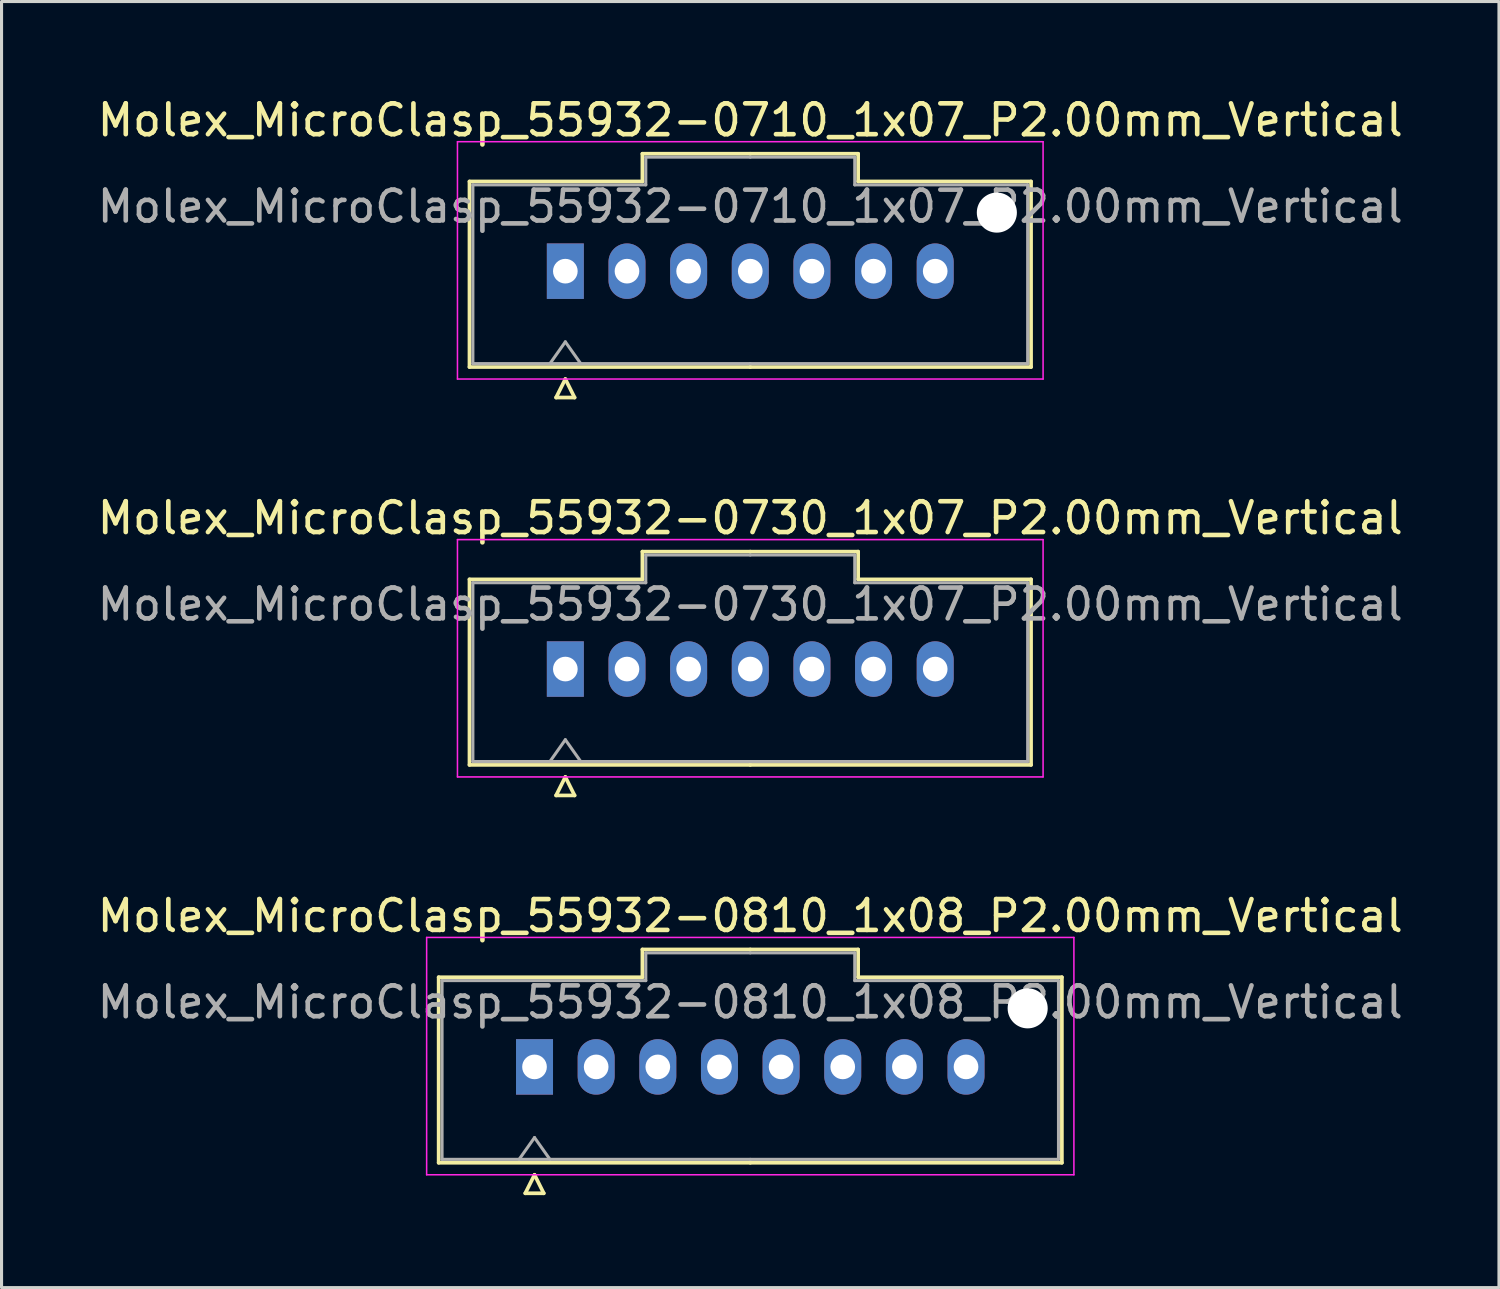
<source format=kicad_pcb>
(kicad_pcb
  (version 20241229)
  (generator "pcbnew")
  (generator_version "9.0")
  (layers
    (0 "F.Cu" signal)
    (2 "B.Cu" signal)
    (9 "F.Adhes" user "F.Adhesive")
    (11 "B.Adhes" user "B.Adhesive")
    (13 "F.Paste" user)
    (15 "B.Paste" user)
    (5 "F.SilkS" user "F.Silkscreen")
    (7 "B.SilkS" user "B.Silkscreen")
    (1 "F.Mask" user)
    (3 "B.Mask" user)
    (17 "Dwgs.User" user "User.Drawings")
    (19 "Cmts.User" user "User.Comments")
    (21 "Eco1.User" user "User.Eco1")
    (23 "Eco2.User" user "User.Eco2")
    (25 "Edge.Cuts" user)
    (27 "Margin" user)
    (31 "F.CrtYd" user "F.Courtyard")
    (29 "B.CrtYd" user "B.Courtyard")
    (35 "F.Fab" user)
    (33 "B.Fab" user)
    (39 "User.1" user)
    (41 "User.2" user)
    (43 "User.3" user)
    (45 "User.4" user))
  (footprint "Molex_MicroClasp_55932-0730_1x07_P2.00mm_Vertical"
    (layer "F.Cu")
    (at 15.292 18.657)
    (property "Reference" "Molex_MicroClasp_55932-0730_1x07_P2.00mm_Vertical" (at 6 -4.9 0) (layer "F.SilkS") (effects (font (size 1 1) (thickness 0.15))))
    (attr through_hole)
    (fp_line (start -3.11 -2.91) (end -3.11 3.11) (stroke (width 0.12) (type solid)) (layer "F.SilkS"))
    (fp_line (start -3.11 3.11) (end 6 3.11) (stroke (width 0.12) (type solid)) (layer "F.SilkS"))
    (fp_line (start -0.3 4.1) (end 0.3 4.1) (stroke (width 0.12) (type solid)) (layer "F.SilkS"))
    (fp_line (start 0 3.5) (end -0.3 4.1) (stroke (width 0.12) (type solid)) (layer "F.SilkS"))
    (fp_line (start 0.3 4.1) (end 0 3.5) (stroke (width 0.12) (type solid)) (layer "F.SilkS"))
    (fp_line (start 2.5 -3.81) (end 2.5 -2.91) (stroke (width 0.12) (type solid)) (layer "F.SilkS"))
    (fp_line (start 2.5 -2.91) (end -3.11 -2.91) (stroke (width 0.12) (type solid)) (layer "F.SilkS"))
    (fp_line (start 6 -3.81) (end 2.5 -3.81) (stroke (width 0.12) (type solid)) (layer "F.SilkS"))
    (fp_line (start 6 -3.81) (end 9.5 -3.81) (stroke (width 0.12) (type solid)) (layer "F.SilkS"))
    (fp_line (start 9.5 -3.81) (end 9.5 -2.91) (stroke (width 0.12) (type solid)) (layer "F.SilkS"))
    (fp_line (start 9.5 -2.91) (end 15.11 -2.91) (stroke (width 0.12) (type solid)) (layer "F.SilkS"))
    (fp_line (start 15.11 -2.91) (end 15.11 3.11) (stroke (width 0.12) (type solid)) (layer "F.SilkS"))
    (fp_line (start 15.11 3.11) (end 6 3.11) (stroke (width 0.12) (type solid)) (layer "F.SilkS"))
    (fp_line (start -3.5 -4.2) (end -3.5 3.5) (stroke (width 0.05) (type solid)) (layer "F.CrtYd"))
    (fp_line (start -3.5 3.5) (end 15.5 3.5) (stroke (width 0.05) (type solid)) (layer "F.CrtYd"))
    (fp_line (start 15.5 -4.2) (end -3.5 -4.2) (stroke (width 0.05) (type solid)) (layer "F.CrtYd"))
    (fp_line (start 15.5 3.5) (end 15.5 -4.2) (stroke (width 0.05) (type solid)) (layer "F.CrtYd"))
    (fp_line (start -3 -2.8) (end -3 3) (stroke (width 0.1) (type solid)) (layer "F.Fab"))
    (fp_line (start -3 3) (end 6 3) (stroke (width 0.1) (type solid)) (layer "F.Fab"))
    (fp_line (start -0.5 3) (end 0 2.293) (stroke (width 0.1) (type solid)) (layer "F.Fab"))
    (fp_line (start 0 2.293) (end 0.5 3) (stroke (width 0.1) (type solid)) (layer "F.Fab"))
    (fp_line (start 2.61 -3.7) (end 2.61 -2.8) (stroke (width 0.1) (type solid)) (layer "F.Fab"))
    (fp_line (start 2.61 -2.8) (end -3 -2.8) (stroke (width 0.1) (type solid)) (layer "F.Fab"))
    (fp_line (start 6 -3.7) (end 2.61 -3.7) (stroke (width 0.1) (type solid)) (layer "F.Fab"))
    (fp_line (start 6 -3.7) (end 9.39 -3.7) (stroke (width 0.1) (type solid)) (layer "F.Fab"))
    (fp_line (start 9.39 -3.7) (end 9.39 -2.8) (stroke (width 0.1) (type solid)) (layer "F.Fab"))
    (fp_line (start 9.39 -2.8) (end 15 -2.8) (stroke (width 0.1) (type solid)) (layer "F.Fab"))
    (fp_line (start 15 -2.8) (end 15 3) (stroke (width 0.1) (type solid)) (layer "F.Fab"))
    (fp_line (start 15 3) (end 6 3) (stroke (width 0.1) (type solid)) (layer "F.Fab"))
    (fp_text user "${REFERENCE}" (at 6 -2.1 0) (layer "F.Fab") (effects (font (size 1 1) (thickness 0.15))))
    (pad "1" thru_hole rect (at 0 0) (size 1.2 1.8) (drill 0.8) (layers "*.Cu" "*.Mask"))
    (pad "2" thru_hole oval (at 2 0) (size 1.2 1.8) (drill 0.8) (layers "*.Cu" "*.Mask"))
    (pad "3" thru_hole oval (at 4 0) (size 1.2 1.8) (drill 0.8) (layers "*.Cu" "*.Mask"))
    (pad "4" thru_hole oval (at 6 0) (size 1.2 1.8) (drill 0.8) (layers "*.Cu" "*.Mask"))
    (pad "5" thru_hole oval (at 8 0) (size 1.2 1.8) (drill 0.8) (layers "*.Cu" "*.Mask"))
    (pad "6" thru_hole oval (at 10 0) (size 1.2 1.8) (drill 0.8) (layers "*.Cu" "*.Mask"))
    (pad "7" thru_hole oval (at 12 0) (size 1.2 1.8) (drill 0.8) (layers "*.Cu" "*.Mask")))
  (footprint "Molex_MicroClasp_55932-0810_1x08_P2.00mm_Vertical"
    (layer "F.Cu")
    (at 14.292 31.565)
    (property "Reference" "Molex_MicroClasp_55932-0810_1x08_P2.00mm_Vertical" (at 7 -4.9 0) (layer "F.SilkS") (effects (font (size 1 1) (thickness 0.15))))
    (attr through_hole)
    (fp_line (start -3.11 -2.91) (end -3.11 3.11) (stroke (width 0.12) (type solid)) (layer "F.SilkS"))
    (fp_line (start -3.11 3.11) (end 7 3.11) (stroke (width 0.12) (type solid)) (layer "F.SilkS"))
    (fp_line (start -0.3 4.1) (end 0.3 4.1) (stroke (width 0.12) (type solid)) (layer "F.SilkS"))
    (fp_line (start 0 3.5) (end -0.3 4.1) (stroke (width 0.12) (type solid)) (layer "F.SilkS"))
    (fp_line (start 0.3 4.1) (end 0 3.5) (stroke (width 0.12) (type solid)) (layer "F.SilkS"))
    (fp_line (start 3.5 -3.81) (end 3.5 -2.91) (stroke (width 0.12) (type solid)) (layer "F.SilkS"))
    (fp_line (start 3.5 -2.91) (end -3.11 -2.91) (stroke (width 0.12) (type solid)) (layer "F.SilkS"))
    (fp_line (start 7 -3.81) (end 3.5 -3.81) (stroke (width 0.12) (type solid)) (layer "F.SilkS"))
    (fp_line (start 7 -3.81) (end 10.5 -3.81) (stroke (width 0.12) (type solid)) (layer "F.SilkS"))
    (fp_line (start 10.5 -3.81) (end 10.5 -2.91) (stroke (width 0.12) (type solid)) (layer "F.SilkS"))
    (fp_line (start 10.5 -2.91) (end 17.11 -2.91) (stroke (width 0.12) (type solid)) (layer "F.SilkS"))
    (fp_line (start 17.11 -2.91) (end 17.11 3.11) (stroke (width 0.12) (type solid)) (layer "F.SilkS"))
    (fp_line (start 17.11 3.11) (end 7 3.11) (stroke (width 0.12) (type solid)) (layer "F.SilkS"))
    (fp_line (start -3.5 -4.2) (end -3.5 3.5) (stroke (width 0.05) (type solid)) (layer "F.CrtYd"))
    (fp_line (start -3.5 3.5) (end 17.5 3.5) (stroke (width 0.05) (type solid)) (layer "F.CrtYd"))
    (fp_line (start 17.5 -4.2) (end -3.5 -4.2) (stroke (width 0.05) (type solid)) (layer "F.CrtYd"))
    (fp_line (start 17.5 3.5) (end 17.5 -4.2) (stroke (width 0.05) (type solid)) (layer "F.CrtYd"))
    (fp_line (start -3 -2.8) (end -3 3) (stroke (width 0.1) (type solid)) (layer "F.Fab"))
    (fp_line (start -3 3) (end 7 3) (stroke (width 0.1) (type solid)) (layer "F.Fab"))
    (fp_line (start -0.5 3) (end 0 2.293) (stroke (width 0.1) (type solid)) (layer "F.Fab"))
    (fp_line (start 0 2.293) (end 0.5 3) (stroke (width 0.1) (type solid)) (layer "F.Fab"))
    (fp_line (start 3.61 -3.7) (end 3.61 -2.8) (stroke (width 0.1) (type solid)) (layer "F.Fab"))
    (fp_line (start 3.61 -2.8) (end -3 -2.8) (stroke (width 0.1) (type solid)) (layer "F.Fab"))
    (fp_line (start 7 -3.7) (end 3.61 -3.7) (stroke (width 0.1) (type solid)) (layer "F.Fab"))
    (fp_line (start 7 -3.7) (end 10.39 -3.7) (stroke (width 0.1) (type solid)) (layer "F.Fab"))
    (fp_line (start 10.39 -3.7) (end 10.39 -2.8) (stroke (width 0.1) (type solid)) (layer "F.Fab"))
    (fp_line (start 10.39 -2.8) (end 17 -2.8) (stroke (width 0.1) (type solid)) (layer "F.Fab"))
    (fp_line (start 17 -2.8) (end 17 3) (stroke (width 0.1) (type solid)) (layer "F.Fab"))
    (fp_line (start 17 3) (end 7 3) (stroke (width 0.1) (type solid)) (layer "F.Fab"))
    (fp_text user "${REFERENCE}" (at 7 -2.1 0) (layer "F.Fab") (effects (font (size 1 1) (thickness 0.15))))
    (pad "" np_thru_hole circle (at 16 -1.9) (size 1.3 1.3) (drill 1.3) (layers "*.Cu" "*.Mask"))
    (pad "1" thru_hole rect (at 0 0) (size 1.2 1.8) (drill 0.8) (layers "*.Cu" "*.Mask"))
    (pad "2" thru_hole oval (at 2 0) (size 1.2 1.8) (drill 0.8) (layers "*.Cu" "*.Mask"))
    (pad "3" thru_hole oval (at 4 0) (size 1.2 1.8) (drill 0.8) (layers "*.Cu" "*.Mask"))
    (pad "4" thru_hole oval (at 6 0) (size 1.2 1.8) (drill 0.8) (layers "*.Cu" "*.Mask"))
    (pad "5" thru_hole oval (at 8 0) (size 1.2 1.8) (drill 0.8) (layers "*.Cu" "*.Mask"))
    (pad "6" thru_hole oval (at 10 0) (size 1.2 1.8) (drill 0.8) (layers "*.Cu" "*.Mask"))
    (pad "7" thru_hole oval (at 12 0) (size 1.2 1.8) (drill 0.8) (layers "*.Cu" "*.Mask"))
    (pad "8" thru_hole oval (at 14 0) (size 1.2 1.8) (drill 0.8) (layers "*.Cu" "*.Mask")))
  (footprint "Molex_MicroClasp_55932-0710_1x07_P2.00mm_Vertical"
    (layer "F.Cu")
    (at 15.292 5.748)
    (property "Reference" "Molex_MicroClasp_55932-0710_1x07_P2.00mm_Vertical" (at 6 -4.9 0) (layer "F.SilkS") (effects (font (size 1 1) (thickness 0.15))))
    (attr through_hole)
    (fp_line (start -3.11 -2.91) (end -3.11 3.11) (stroke (width 0.12) (type solid)) (layer "F.SilkS"))
    (fp_line (start -3.11 3.11) (end 6 3.11) (stroke (width 0.12) (type solid)) (layer "F.SilkS"))
    (fp_line (start -0.3 4.1) (end 0.3 4.1) (stroke (width 0.12) (type solid)) (layer "F.SilkS"))
    (fp_line (start 0 3.5) (end -0.3 4.1) (stroke (width 0.12) (type solid)) (layer "F.SilkS"))
    (fp_line (start 0.3 4.1) (end 0 3.5) (stroke (width 0.12) (type solid)) (layer "F.SilkS"))
    (fp_line (start 2.5 -3.81) (end 2.5 -2.91) (stroke (width 0.12) (type solid)) (layer "F.SilkS"))
    (fp_line (start 2.5 -2.91) (end -3.11 -2.91) (stroke (width 0.12) (type solid)) (layer "F.SilkS"))
    (fp_line (start 6 -3.81) (end 2.5 -3.81) (stroke (width 0.12) (type solid)) (layer "F.SilkS"))
    (fp_line (start 6 -3.81) (end 9.5 -3.81) (stroke (width 0.12) (type solid)) (layer "F.SilkS"))
    (fp_line (start 9.5 -3.81) (end 9.5 -2.91) (stroke (width 0.12) (type solid)) (layer "F.SilkS"))
    (fp_line (start 9.5 -2.91) (end 15.11 -2.91) (stroke (width 0.12) (type solid)) (layer "F.SilkS"))
    (fp_line (start 15.11 -2.91) (end 15.11 3.11) (stroke (width 0.12) (type solid)) (layer "F.SilkS"))
    (fp_line (start 15.11 3.11) (end 6 3.11) (stroke (width 0.12) (type solid)) (layer "F.SilkS"))
    (fp_line (start -3.5 -4.2) (end -3.5 3.5) (stroke (width 0.05) (type solid)) (layer "F.CrtYd"))
    (fp_line (start -3.5 3.5) (end 15.5 3.5) (stroke (width 0.05) (type solid)) (layer "F.CrtYd"))
    (fp_line (start 15.5 -4.2) (end -3.5 -4.2) (stroke (width 0.05) (type solid)) (layer "F.CrtYd"))
    (fp_line (start 15.5 3.5) (end 15.5 -4.2) (stroke (width 0.05) (type solid)) (layer "F.CrtYd"))
    (fp_line (start -3 -2.8) (end -3 3) (stroke (width 0.1) (type solid)) (layer "F.Fab"))
    (fp_line (start -3 3) (end 6 3) (stroke (width 0.1) (type solid)) (layer "F.Fab"))
    (fp_line (start -0.5 3) (end 0 2.293) (stroke (width 0.1) (type solid)) (layer "F.Fab"))
    (fp_line (start 0 2.293) (end 0.5 3) (stroke (width 0.1) (type solid)) (layer "F.Fab"))
    (fp_line (start 2.61 -3.7) (end 2.61 -2.8) (stroke (width 0.1) (type solid)) (layer "F.Fab"))
    (fp_line (start 2.61 -2.8) (end -3 -2.8) (stroke (width 0.1) (type solid)) (layer "F.Fab"))
    (fp_line (start 6 -3.7) (end 2.61 -3.7) (stroke (width 0.1) (type solid)) (layer "F.Fab"))
    (fp_line (start 6 -3.7) (end 9.39 -3.7) (stroke (width 0.1) (type solid)) (layer "F.Fab"))
    (fp_line (start 9.39 -3.7) (end 9.39 -2.8) (stroke (width 0.1) (type solid)) (layer "F.Fab"))
    (fp_line (start 9.39 -2.8) (end 15 -2.8) (stroke (width 0.1) (type solid)) (layer "F.Fab"))
    (fp_line (start 15 -2.8) (end 15 3) (stroke (width 0.1) (type solid)) (layer "F.Fab"))
    (fp_line (start 15 3) (end 6 3) (stroke (width 0.1) (type solid)) (layer "F.Fab"))
    (fp_text user "${REFERENCE}" (at 6 -2.1 0) (layer "F.Fab") (effects (font (size 1 1) (thickness 0.15))))
    (pad "" np_thru_hole circle (at 14 -1.9) (size 1.3 1.3) (drill 1.3) (layers "*.Cu" "*.Mask"))
    (pad "1" thru_hole rect (at 0 0) (size 1.2 1.8) (drill 0.8) (layers "*.Cu" "*.Mask"))
    (pad "2" thru_hole oval (at 2 0) (size 1.2 1.8) (drill 0.8) (layers "*.Cu" "*.Mask"))
    (pad "3" thru_hole oval (at 4 0) (size 1.2 1.8) (drill 0.8) (layers "*.Cu" "*.Mask"))
    (pad "4" thru_hole oval (at 6 0) (size 1.2 1.8) (drill 0.8) (layers "*.Cu" "*.Mask"))
    (pad "5" thru_hole oval (at 8 0) (size 1.2 1.8) (drill 0.8) (layers "*.Cu" "*.Mask"))
    (pad "6" thru_hole oval (at 10 0) (size 1.2 1.8) (drill 0.8) (layers "*.Cu" "*.Mask"))
    (pad "7" thru_hole oval (at 12 0) (size 1.2 1.8) (drill 0.8) (layers "*.Cu" "*.Mask")))
  (gr_rect
    (start -3 -3)
    (end 45.583 38.725)
    (stroke (width 0.1) (type default))
    (fill no)
    (layer "Edge.Cuts")))
</source>
